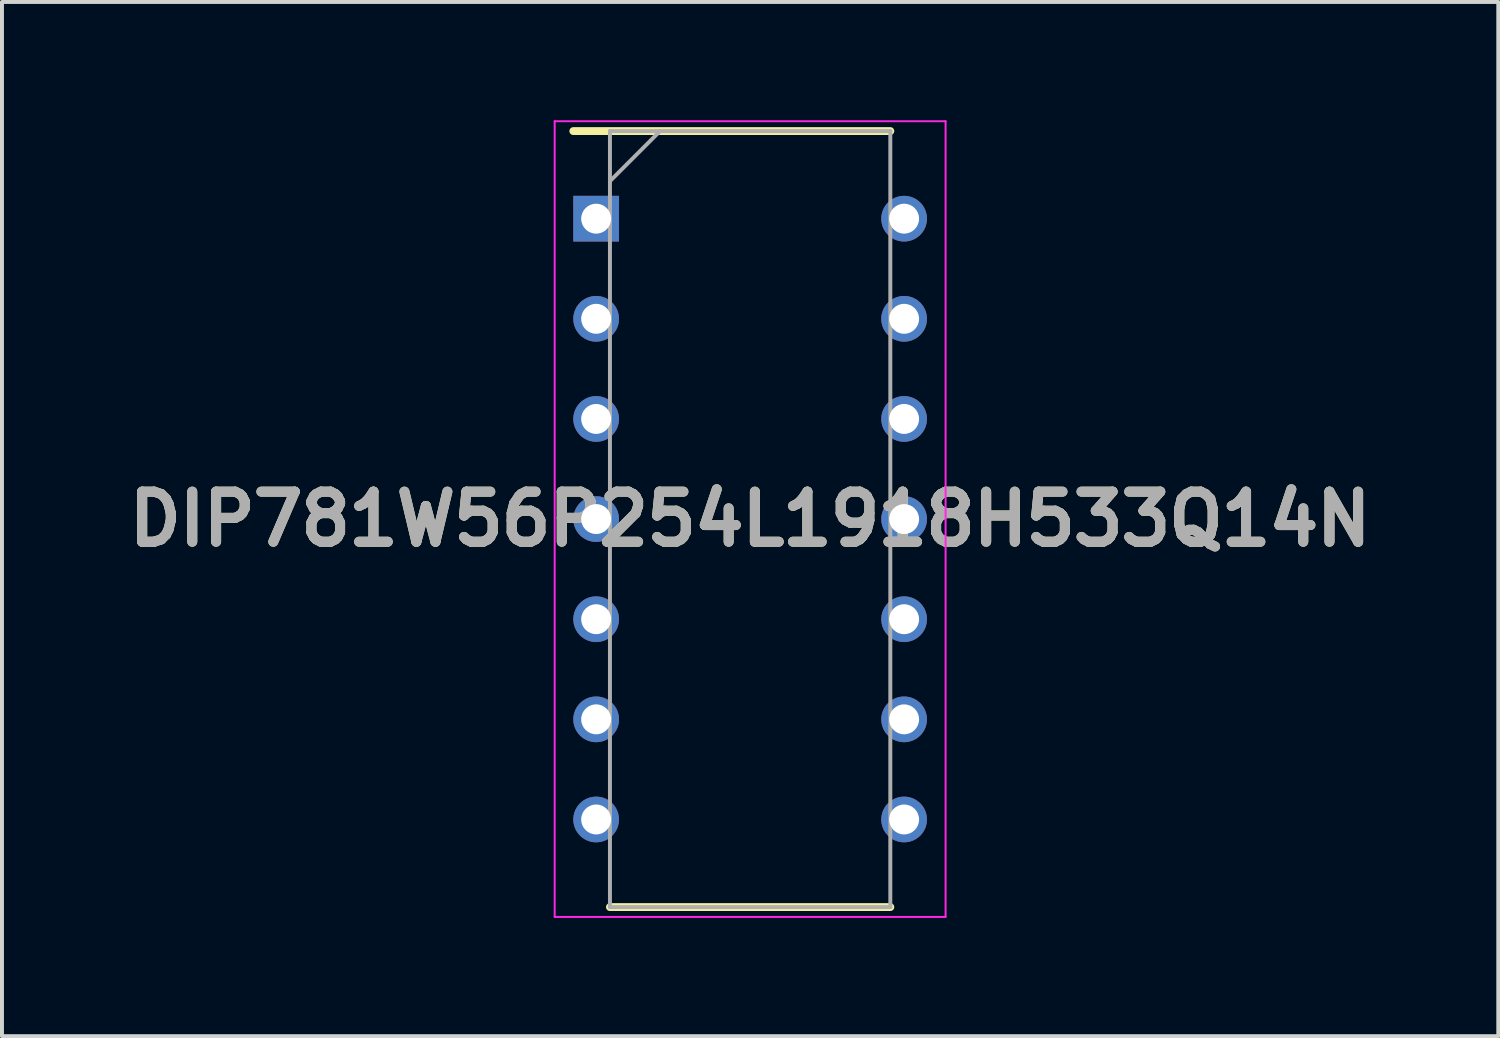
<source format=kicad_pcb>
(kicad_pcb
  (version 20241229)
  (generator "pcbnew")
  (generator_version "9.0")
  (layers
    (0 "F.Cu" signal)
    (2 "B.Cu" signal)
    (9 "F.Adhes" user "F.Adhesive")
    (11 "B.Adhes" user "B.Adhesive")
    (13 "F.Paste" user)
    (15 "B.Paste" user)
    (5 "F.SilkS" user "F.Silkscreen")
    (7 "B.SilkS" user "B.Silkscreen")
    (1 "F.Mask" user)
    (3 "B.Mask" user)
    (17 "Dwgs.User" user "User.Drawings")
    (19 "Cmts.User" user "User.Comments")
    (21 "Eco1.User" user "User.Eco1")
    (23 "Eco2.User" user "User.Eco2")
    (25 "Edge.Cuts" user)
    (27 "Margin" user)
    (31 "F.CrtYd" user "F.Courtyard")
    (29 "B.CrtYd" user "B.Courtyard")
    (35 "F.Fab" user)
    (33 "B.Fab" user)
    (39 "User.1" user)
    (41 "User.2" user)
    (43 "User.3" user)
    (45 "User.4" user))
  (footprint "DIP781W56P254L1918H533Q14N"
    (layer "F.Cu")
    (at 15.978 10.117)
    (property "Reference" "DIP781W56P254L1918H533Q14N" (at 0 0 0) (layer "F.SilkS") (effects (font (size 1.27 1.27) (thickness 0.254))))
    (attr through_hole)
    (fp_line (start -4.485 -9.842) (end 3.556 -9.842) (stroke (width 0.2) (type solid)) (layer "F.SilkS"))
    (fp_line (start -3.556 9.842) (end 3.556 9.842) (stroke (width 0.2) (type solid)) (layer "F.SilkS"))
    (fp_line (start -4.958 -10.092) (end 4.958 -10.092) (stroke (width 0.05) (type solid)) (layer "F.CrtYd"))
    (fp_line (start -4.958 10.092) (end -4.958 -10.092) (stroke (width 0.05) (type solid)) (layer "F.CrtYd"))
    (fp_line (start 4.958 -10.092) (end 4.958 10.092) (stroke (width 0.05) (type solid)) (layer "F.CrtYd"))
    (fp_line (start 4.958 10.092) (end -4.958 10.092) (stroke (width 0.05) (type solid)) (layer "F.CrtYd"))
    (fp_line (start -3.556 -9.842) (end 3.556 -9.842) (stroke (width 0.1) (type solid)) (layer "F.Fab"))
    (fp_line (start -3.556 -8.572) (end -2.286 -9.842) (stroke (width 0.1) (type solid)) (layer "F.Fab"))
    (fp_line (start -3.556 9.842) (end -3.556 -9.842) (stroke (width 0.1) (type solid)) (layer "F.Fab"))
    (fp_line (start 3.556 -9.842) (end 3.556 9.842) (stroke (width 0.1) (type solid)) (layer "F.Fab"))
    (fp_line (start 3.556 9.842) (end -3.556 9.842) (stroke (width 0.1) (type solid)) (layer "F.Fab"))
    (fp_text user "${REFERENCE}" (at 0 0 0) (layer "F.Fab") (effects (font (size 1.27 1.27) (thickness 0.254))))
    (pad "1" thru_hole rect (at -3.906 -7.62) (size 1.159 1.159) (drill 0.759) (layers "*.Cu" "*.Mask"))
    (pad "2" thru_hole circle (at -3.906 -5.08) (size 1.159 1.159) (drill 0.759) (layers "*.Cu" "*.Mask"))
    (pad "3" thru_hole circle (at -3.906 -2.54) (size 1.159 1.159) (drill 0.759) (layers "*.Cu" "*.Mask"))
    (pad "4" thru_hole circle (at -3.906 0) (size 1.159 1.159) (drill 0.759) (layers "*.Cu" "*.Mask"))
    (pad "5" thru_hole circle (at -3.906 2.54) (size 1.159 1.159) (drill 0.759) (layers "*.Cu" "*.Mask"))
    (pad "6" thru_hole circle (at -3.906 5.08) (size 1.159 1.159) (drill 0.759) (layers "*.Cu" "*.Mask"))
    (pad "7" thru_hole circle (at -3.906 7.62) (size 1.159 1.159) (drill 0.759) (layers "*.Cu" "*.Mask"))
    (pad "8" thru_hole circle (at 3.906 7.62) (size 1.159 1.159) (drill 0.759) (layers "*.Cu" "*.Mask"))
    (pad "9" thru_hole circle (at 3.906 5.08) (size 1.159 1.159) (drill 0.759) (layers "*.Cu" "*.Mask"))
    (pad "10" thru_hole circle (at 3.906 2.54) (size 1.159 1.159) (drill 0.759) (layers "*.Cu" "*.Mask"))
    (pad "11" thru_hole circle (at 3.906 0) (size 1.159 1.159) (drill 0.759) (layers "*.Cu" "*.Mask"))
    (pad "12" thru_hole circle (at 3.906 -2.54) (size 1.159 1.159) (drill 0.759) (layers "*.Cu" "*.Mask"))
    (pad "13" thru_hole circle (at 3.906 -5.08) (size 1.159 1.159) (drill 0.759) (layers "*.Cu" "*.Mask"))
    (pad "14" thru_hole circle (at 3.906 -7.62) (size 1.159 1.159) (drill 0.759) (layers "*.Cu" "*.Mask")))
  (gr_rect
    (start -3 -3)
    (end 34.956 23.234)
    (stroke (width 0.1) (type default))
    (fill no)
    (layer "Edge.Cuts")))
</source>
